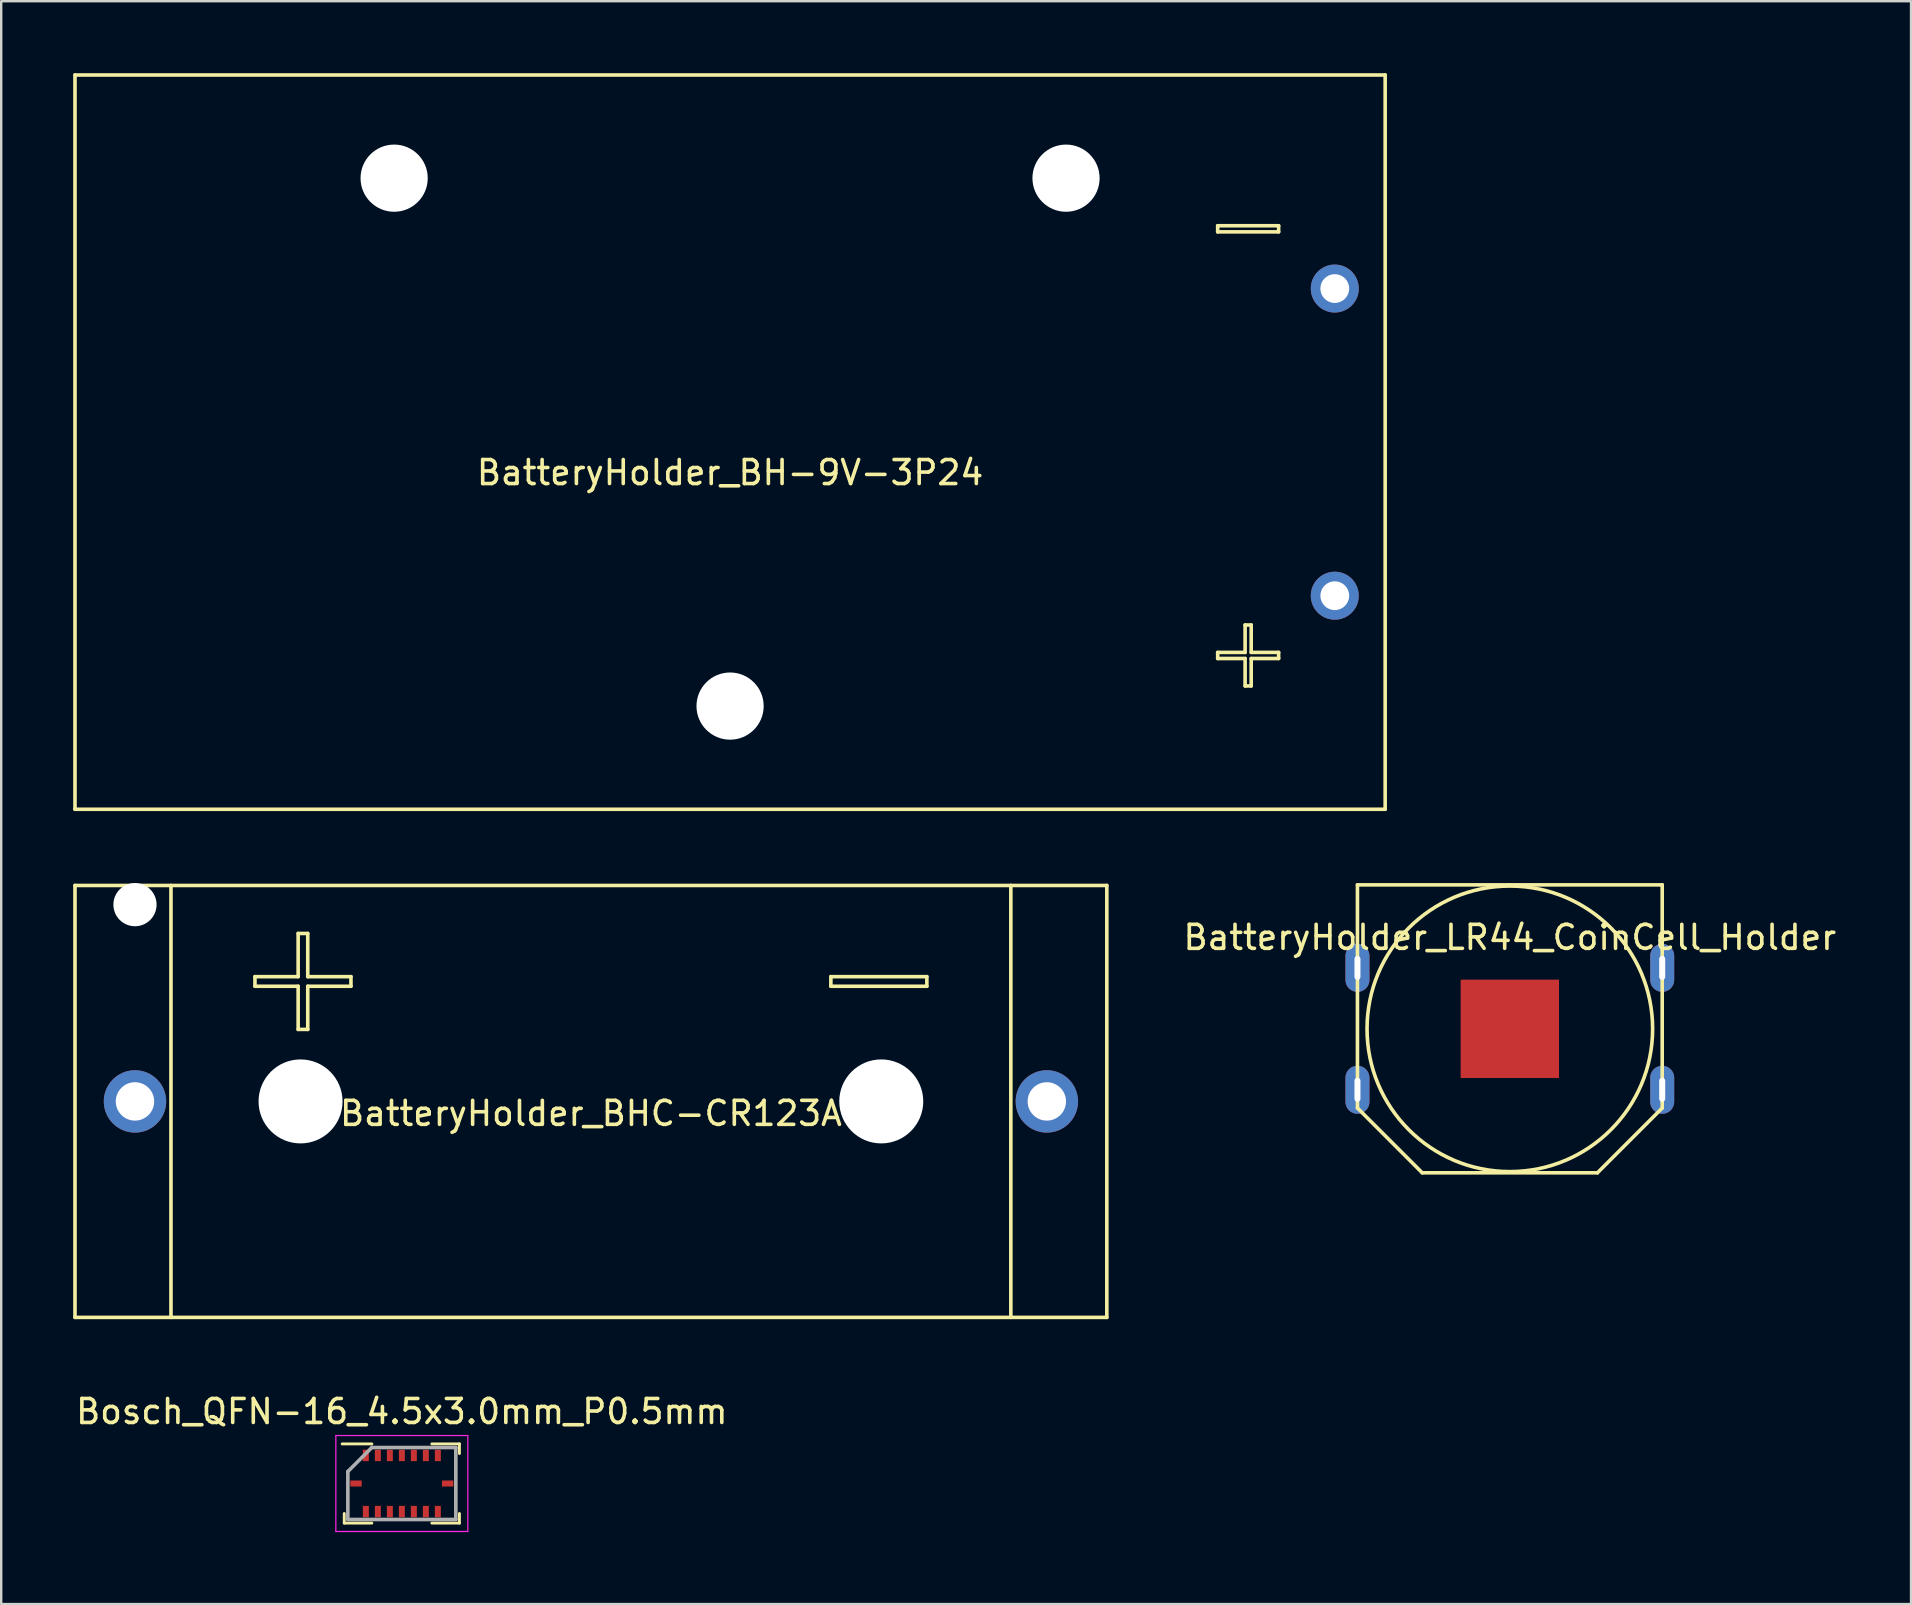
<source format=kicad_pcb>
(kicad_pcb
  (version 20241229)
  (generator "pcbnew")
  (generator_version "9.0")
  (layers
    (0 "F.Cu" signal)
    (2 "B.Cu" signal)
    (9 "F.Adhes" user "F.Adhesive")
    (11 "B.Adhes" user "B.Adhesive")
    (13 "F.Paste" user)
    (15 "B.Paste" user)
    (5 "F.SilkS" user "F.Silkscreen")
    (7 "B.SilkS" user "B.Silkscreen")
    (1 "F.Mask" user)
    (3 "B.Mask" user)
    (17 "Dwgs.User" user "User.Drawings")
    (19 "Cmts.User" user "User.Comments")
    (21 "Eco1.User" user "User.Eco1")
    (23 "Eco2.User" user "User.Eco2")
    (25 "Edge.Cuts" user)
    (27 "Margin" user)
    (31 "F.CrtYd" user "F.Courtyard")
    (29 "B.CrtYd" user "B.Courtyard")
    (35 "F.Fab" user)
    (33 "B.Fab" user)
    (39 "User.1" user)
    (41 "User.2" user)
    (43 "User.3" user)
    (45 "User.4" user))
  (footprint "BatteryHolder_LR44_CoinCell_Holder"
    (layer "F.Cu")
    (at 59.87 39.825)
    (property "Reference" "BatteryHolder_LR44_CoinCell_Holder" (at 0 -3.81 0) (layer "F.SilkS") (effects (font (size 1 1) (thickness 0.15))))
    (attr through_hole)
    (fp_line (start -6.35 -6) (end -6.35 3.3) (stroke (width 0.15) (type solid)) (layer "F.SilkS"))
    (fp_line (start -6.35 3.3) (end -3.65 6) (stroke (width 0.15) (type solid)) (layer "F.SilkS"))
    (fp_line (start 0 -6) (end -6.35 -6) (stroke (width 0.15) (type solid)) (layer "F.SilkS"))
    (fp_line (start 3.65 6) (end -3.65 6) (stroke (width 0.15) (type solid)) (layer "F.SilkS"))
    (fp_line (start 6.35 -6) (end 0 -6) (stroke (width 0.15) (type solid)) (layer "F.SilkS"))
    (fp_line (start 6.35 3.3) (end 3.65 6) (stroke (width 0.15) (type solid)) (layer "F.SilkS"))
    (fp_line (start 6.35 3.3) (end 6.35 -6) (stroke (width 0.15) (type solid)) (layer "F.SilkS"))
    (fp_circle (center 0 0) (end 5.4 2.5) (stroke (width 0.15) (type solid)) (fill no) (layer "F.SilkS"))
    (pad "1" thru_hole oval (at -6.35 -2.54) (size 1 2) (drill oval 0.25 1) (layers "*.Cu" "*.Mask"))
    (pad "1" thru_hole oval (at -6.35 2.54) (size 1 2) (drill oval 0.25 1) (layers "*.Cu" "*.Mask"))
    (pad "1" thru_hole oval (at 6.35 -2.54) (size 1 2) (drill oval 0.25 1) (layers "*.Cu" "*.Mask"))
    (pad "1" thru_hole oval (at 6.35 2.54) (size 1 2) (drill oval 0.25 1) (layers "*.Cu" "*.Mask"))
    (pad "2" smd rect (at 0 0) (size 4.1 4.1) (layers "F.Cu" "F.Mask" "F.Paste")))
  (footprint "BatteryHolder_BHC-CR123A"
    (layer "F.Cu")
    (at 21.575 42.85)
    (property "Reference" "BatteryHolder_BHC-CR123A" (at 0 0.5 0) (layer "F.SilkS") (effects (font (size 1 1) (thickness 0.15))))
    (attr through_hole)
    (fp_line (start -21.5 -9) (end -21.5 9) (stroke (width 0.15) (type solid)) (layer "F.SilkS"))
    (fp_line (start -17.5 -9) (end -17.5 9) (stroke (width 0.15) (type solid)) (layer "F.SilkS"))
    (fp_line (start -14 -5.2) (end -14 -4.8) (stroke (width 0.15) (type solid)) (layer "F.SilkS"))
    (fp_line (start -14 -4.8) (end -12.2 -4.8) (stroke (width 0.15) (type solid)) (layer "F.SilkS"))
    (fp_line (start -12.2 -7) (end -12.2 -5.2) (stroke (width 0.15) (type solid)) (layer "F.SilkS"))
    (fp_line (start -12.2 -5.2) (end -14 -5.2) (stroke (width 0.15) (type solid)) (layer "F.SilkS"))
    (fp_line (start -12.2 -4.8) (end -12.2 -3) (stroke (width 0.15) (type solid)) (layer "F.SilkS"))
    (fp_line (start -12.2 -3) (end -11.8 -3) (stroke (width 0.15) (type solid)) (layer "F.SilkS"))
    (fp_line (start -11.8 -7) (end -12.2 -7) (stroke (width 0.15) (type solid)) (layer "F.SilkS"))
    (fp_line (start -11.8 -5.2) (end -11.8 -7) (stroke (width 0.15) (type solid)) (layer "F.SilkS"))
    (fp_line (start -11.8 -4.8) (end -10 -4.8) (stroke (width 0.15) (type solid)) (layer "F.SilkS"))
    (fp_line (start -11.8 -3) (end -11.8 -4.8) (stroke (width 0.15) (type solid)) (layer "F.SilkS"))
    (fp_line (start -10 -5.2) (end -11.8 -5.2) (stroke (width 0.15) (type solid)) (layer "F.SilkS"))
    (fp_line (start -10 -4.8) (end -10 -5.2) (stroke (width 0.15) (type solid)) (layer "F.SilkS"))
    (fp_line (start 10 -5.2) (end 14 -5.2) (stroke (width 0.15) (type solid)) (layer "F.SilkS"))
    (fp_line (start 10 -4.8) (end 10 -5.2) (stroke (width 0.15) (type solid)) (layer "F.SilkS"))
    (fp_line (start 14 -5.2) (end 14 -4.8) (stroke (width 0.15) (type solid)) (layer "F.SilkS"))
    (fp_line (start 14 -4.8) (end 10 -4.8) (stroke (width 0.15) (type solid)) (layer "F.SilkS"))
    (fp_line (start 17.5 -9) (end 17.5 9) (stroke (width 0.15) (type solid)) (layer "F.SilkS"))
    (fp_line (start 21.5 -9) (end -21.5 -9) (stroke (width 0.15) (type solid)) (layer "F.SilkS"))
    (fp_line (start 21.5 -9) (end 21.5 9) (stroke (width 0.15) (type solid)) (layer "F.SilkS"))
    (fp_line (start 21.5 9) (end -21.5 9) (stroke (width 0.15) (type solid)) (layer "F.SilkS"))
    (pad "" np_thru_hole circle (at -19 -8.2) (size 1.8 1.8) (drill 1.8) (layers "*.Cu" "*.Mask"))
    (pad "" np_thru_hole circle (at -12.1 0) (size 3.5 3.5) (drill 3.5) (layers "*.Cu" "*.Mask"))
    (pad "" np_thru_hole circle (at 12.1 0) (size 3.5 3.5) (drill 3.5) (layers "*.Cu" "*.Mask"))
    (pad "1" thru_hole circle (at -19 0) (size 2.6 2.6) (drill 1.6) (layers "*.Cu" "*.Mask"))
    (pad "2" thru_hole circle (at 19 0) (size 2.6 2.6) (drill 1.6) (layers "*.Cu" "*.Mask")))
  (footprint "BatteryHolder_BH-9V-3P24"
    (layer "F.Cu")
    (at 27.375 15.375)
    (property "Reference" "BatteryHolder_BH-9V-3P24" (at 0 1.27 0) (layer "F.SilkS") (effects (font (size 1 1) (thickness 0.15))))
    (attr through_hole)
    (fp_line (start -27.3 -15.3) (end 27.3 -15.3) (stroke (width 0.15) (type solid)) (layer "F.SilkS"))
    (fp_line (start -27.3 15.3) (end -27.3 -15.3) (stroke (width 0.15) (type solid)) (layer "F.SilkS"))
    (fp_line (start 20.32 -9.017) (end 20.32 -8.763) (stroke (width 0.15) (type solid)) (layer "F.SilkS"))
    (fp_line (start 20.32 -8.763) (end 22.86 -8.763) (stroke (width 0.15) (type solid)) (layer "F.SilkS"))
    (fp_line (start 20.32 8.763) (end 21.463 8.763) (stroke (width 0.15) (type solid)) (layer "F.SilkS"))
    (fp_line (start 20.32 9.017) (end 20.32 8.763) (stroke (width 0.15) (type solid)) (layer "F.SilkS"))
    (fp_line (start 21.463 7.62) (end 21.717 7.62) (stroke (width 0.15) (type solid)) (layer "F.SilkS"))
    (fp_line (start 21.463 8.763) (end 21.463 7.62) (stroke (width 0.15) (type solid)) (layer "F.SilkS"))
    (fp_line (start 21.463 9.017) (end 20.32 9.017) (stroke (width 0.15) (type solid)) (layer "F.SilkS"))
    (fp_line (start 21.463 10.16) (end 21.463 9.017) (stroke (width 0.15) (type solid)) (layer "F.SilkS"))
    (fp_line (start 21.717 7.62) (end 21.717 8.763) (stroke (width 0.15) (type solid)) (layer "F.SilkS"))
    (fp_line (start 21.717 8.763) (end 22.86 8.763) (stroke (width 0.15) (type solid)) (layer "F.SilkS"))
    (fp_line (start 21.717 9.017) (end 21.717 10.16) (stroke (width 0.15) (type solid)) (layer "F.SilkS"))
    (fp_line (start 21.717 10.16) (end 21.463 10.16) (stroke (width 0.15) (type solid)) (layer "F.SilkS"))
    (fp_line (start 22.86 -9.017) (end 20.32 -9.017) (stroke (width 0.15) (type solid)) (layer "F.SilkS"))
    (fp_line (start 22.86 -8.763) (end 22.86 -9.017) (stroke (width 0.15) (type solid)) (layer "F.SilkS"))
    (fp_line (start 22.86 8.763) (end 22.86 9.017) (stroke (width 0.15) (type solid)) (layer "F.SilkS"))
    (fp_line (start 22.86 9.017) (end 21.717 9.017) (stroke (width 0.15) (type solid)) (layer "F.SilkS"))
    (fp_line (start 27.3 -15.3) (end 27.3 15.3) (stroke (width 0.15) (type solid)) (layer "F.SilkS"))
    (fp_line (start 27.3 15.3) (end -27.3 15.3) (stroke (width 0.15) (type solid)) (layer "F.SilkS"))
    (pad "" np_thru_hole circle (at -14 -11) (size 2.8 2.8) (drill 2.8) (layers "*.Cu" "*.Mask"))
    (pad "" np_thru_hole circle (at 0 11) (size 2.8 2.8) (drill 2.8) (layers "*.Cu" "*.Mask"))
    (pad "" np_thru_hole circle (at 14 -11) (size 2.8 2.8) (drill 2.8) (layers "*.Cu" "*.Mask"))
    (pad "1" thru_hole circle (at 25.2 6.4) (size 2 2) (drill 1.2) (layers "*.Cu" "*.Mask"))
    (pad "2" thru_hole circle (at 25.2 -6.4) (size 2 2) (drill 1.2) (layers "*.Cu" "*.Mask")))
  (footprint "Bosch_QFN-16_4.5x3.0mm_P0.5mm"
    (layer "F.Cu")
    (at 13.696 58.773)
    (property "Reference" "Bosch_QFN-16_4.5x3.0mm_P0.5mm" (at 0 -3 0) (layer "F.SilkS") (effects (font (size 1 1) (thickness 0.15))))
    (attr smd)
    (fp_line (start -2.4 1.65) (end -2.4 1.25) (stroke (width 0.12) (type solid)) (layer "F.SilkS"))
    (fp_line (start -1.25 -1.65) (end -2.487 -1.65) (stroke (width 0.12) (type solid)) (layer "F.SilkS"))
    (fp_line (start -1.25 1.65) (end -2.4 1.65) (stroke (width 0.12) (type solid)) (layer "F.SilkS"))
    (fp_line (start 1.25 -1.65) (end 2.4 -1.65) (stroke (width 0.12) (type solid)) (layer "F.SilkS"))
    (fp_line (start 1.25 1.65) (end 2.4 1.65) (stroke (width 0.12) (type solid)) (layer "F.SilkS"))
    (fp_line (start 2.4 -1.65) (end 2.4 -1.25) (stroke (width 0.12) (type solid)) (layer "F.SilkS"))
    (fp_line (start 2.4 1.65) (end 2.4 1.25) (stroke (width 0.12) (type solid)) (layer "F.SilkS"))
    (fp_line (start -2.75 -2) (end 2.75 -2) (stroke (width 0.05) (type solid)) (layer "F.CrtYd"))
    (fp_line (start -2.75 2) (end -2.75 -2) (stroke (width 0.05) (type solid)) (layer "F.CrtYd"))
    (fp_line (start 2.75 -2) (end 2.75 2) (stroke (width 0.05) (type solid)) (layer "F.CrtYd"))
    (fp_line (start 2.75 2) (end -2.75 2) (stroke (width 0.05) (type solid)) (layer "F.CrtYd"))
    (fp_line (start -2.25 -0.5) (end -2.25 1.5) (stroke (width 0.15) (type solid)) (layer "F.Fab"))
    (fp_line (start -2.25 1.5) (end 2.25 1.5) (stroke (width 0.15) (type solid)) (layer "F.Fab"))
    (fp_line (start -1.25 -1.5) (end -2.25 -0.5) (stroke (width 0.15) (type solid)) (layer "F.Fab"))
    (fp_line (start 2.25 -1.5) (end -1.25 -1.5) (stroke (width 0.15) (type solid)) (layer "F.Fab"))
    (fp_line (start 2.25 1.5) (end 2.25 -1.5) (stroke (width 0.15) (type solid)) (layer "F.Fab"))
    (pad "1" smd rect (at -1.5 -1.17 180) (size 0.25 0.475) (layers "F.Cu" "F.Mask" "F.Paste"))
    (pad "2" smd rect (at -1 -1.17 180) (size 0.25 0.475) (layers "F.Cu" "F.Mask" "F.Paste"))
    (pad "3" smd rect (at -0.5 -1.17 180) (size 0.25 0.475) (layers "F.Cu" "F.Mask" "F.Paste"))
    (pad "4" smd rect (at 0 -1.17 180) (size 0.25 0.475) (layers "F.Cu" "F.Mask" "F.Paste"))
    (pad "5" smd rect (at 0.5 -1.17) (size 0.25 0.475) (layers "F.Cu" "F.Mask" "F.Paste"))
    (pad "6" smd rect (at 1 -1.17) (size 0.25 0.475) (layers "F.Cu" "F.Mask" "F.Paste"))
    (pad "7" smd rect (at 1.5 -1.17) (size 0.25 0.475) (layers "F.Cu" "F.Mask" "F.Paste"))
    (pad "8" smd rect (at 1.91 0 90) (size 0.25 0.475) (layers "F.Cu" "F.Mask" "F.Paste"))
    (pad "9" smd rect (at 1.5 1.17 180) (size 0.25 0.475) (layers "F.Cu" "F.Mask" "F.Paste"))
    (pad "10" smd rect (at 1 1.17 180) (size 0.25 0.475) (layers "F.Cu" "F.Mask" "F.Paste"))
    (pad "11" smd rect (at 0.5 1.17 180) (size 0.25 0.475) (layers "F.Cu" "F.Mask" "F.Paste"))
    (pad "12" smd rect (at 0 1.17 180) (size 0.25 0.475) (layers "F.Cu" "F.Mask" "F.Paste"))
    (pad "13" smd rect (at -0.5 1.17) (size 0.25 0.475) (layers "F.Cu" "F.Mask" "F.Paste"))
    (pad "14" smd rect (at -1 1.17) (size 0.25 0.475) (layers "F.Cu" "F.Mask" "F.Paste"))
    (pad "15" smd rect (at -1.5 1.17) (size 0.25 0.475) (layers "F.Cu" "F.Mask" "F.Paste"))
    (pad "16" smd rect (at -1.91 0 90) (size 0.25 0.475) (layers "F.Cu" "F.Mask" "F.Paste")))
  (gr_rect
    (start -3 -3)
    (end 76.59 63.798)
    (stroke (width 0.1) (type default))
    (fill no)
    (layer "Edge.Cuts")))
</source>
